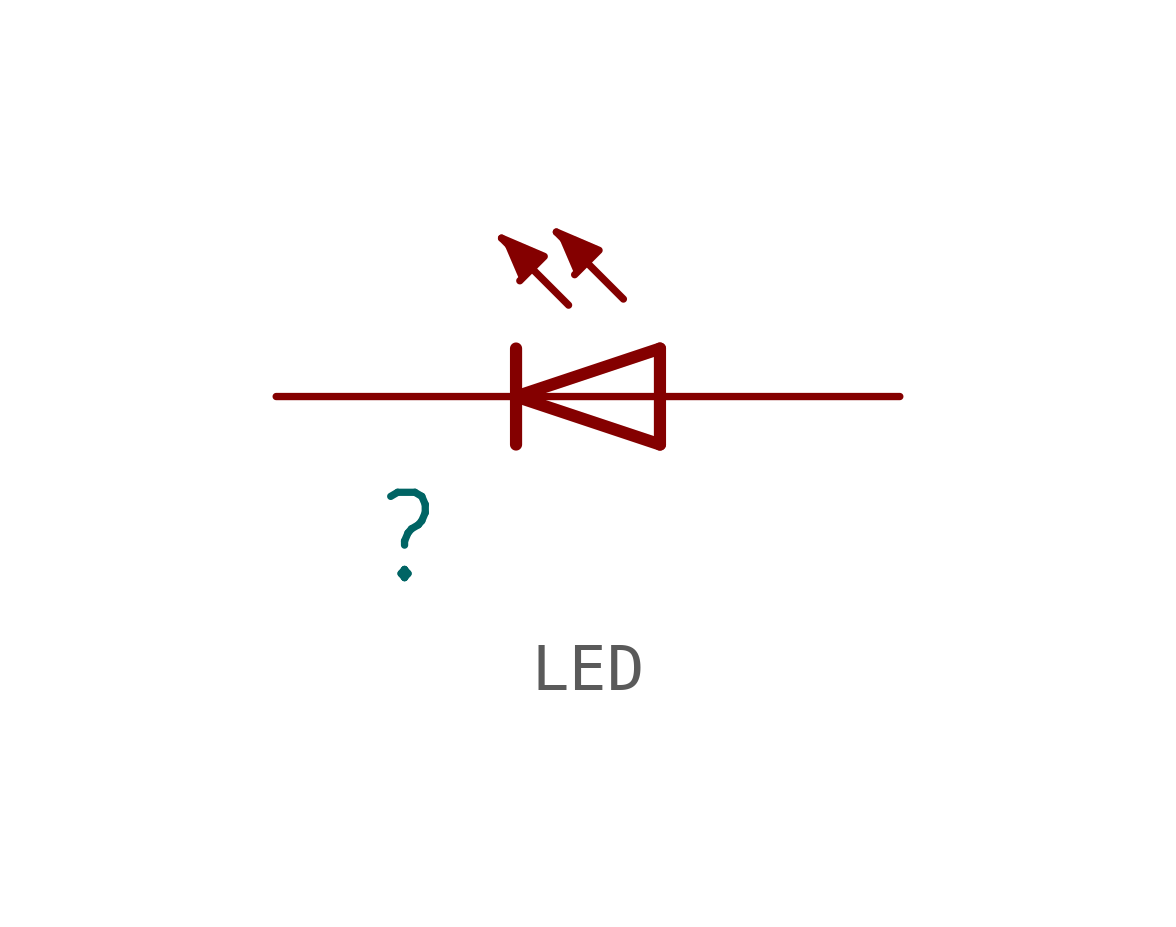
<source format=kicad_sym>
(kicad_symbol_lib
  (version 20211014)
  (generator kicad_symbol_editor)
  (symbol "LED"
    (property "Reference" ""
      (at -4 -4 0)
      (effects (font (size 1.778 1.511)) (justify left bottom)))
    (property "ki_locked" ""
      (at 0 0 0)
      (effects (font (size 1.27 1.27))))
    (symbol "LED_1_0"
      (polyline (pts (xy -1 -1) (xy -1 0)) (stroke (width 0.254) (type default) (color 0 0 0 0)) (fill (type none)))
      (polyline (pts (xy -1 0) (xy -1 1)) (stroke (width 0.254) (type default) (color 0 0 0 0)) (fill (type none)))
      (polyline (pts (xy -1 0) (xy 2 1)) (stroke (width 0.254) (type default) (color 0 0 0 0)) (fill (type none)))
      (polyline (pts (xy 0.095 1.905) (xy -1.302 3.302)) (stroke (width 0.152) (type default) (color 0 0 0 0)) (fill (type none)))
      (polyline (pts (xy 1.238 2.032) (xy -0.159 3.429)) (stroke (width 0.152) (type default) (color 0 0 0 0)) (fill (type none)))
      (polyline (pts (xy 2 -1) (xy -1 0)) (stroke (width 0.254) (type default) (color 0 0 0 0)) (fill (type none)))
      (polyline (pts (xy 2 -1) (xy 2 0)) (stroke (width 0.254) (type default) (color 0 0 0 0)) (fill (type none)))
      (polyline (pts (xy 2 0) (xy -1 0)) (stroke (width 0.152) (type default) (color 0 0 0 0)) (fill (type none)))
      (polyline (pts (xy 2 0) (xy 2 1)) (stroke (width 0.254) (type default) (color 0 0 0 0)) (fill (type none)))
      (polyline (pts (xy -1.302 3.302) (xy -0.413 2.921) (xy -0.921 2.413)) (stroke (width 0) (type default) (color 0 0 0 0)) (fill (type outline)))
      (polyline (pts (xy -0.159 3.429) (xy 0.73 3.048) (xy 0.222 2.54)) (stroke (width 0) (type default) (color 0 0 0 0)) (fill (type outline)))
      (pin passive line (at 7 0 180) (length 5.08) (name "A" (effects (font (size 0 0)))) (number "A" (effects (font (size 0 0)))))
      (pin passive line (at -6 0 0) (length 5.08) (name "C" (effects (font (size 0 0)))) (number "K" (effects (font (size 0 0))))))))
</source>
